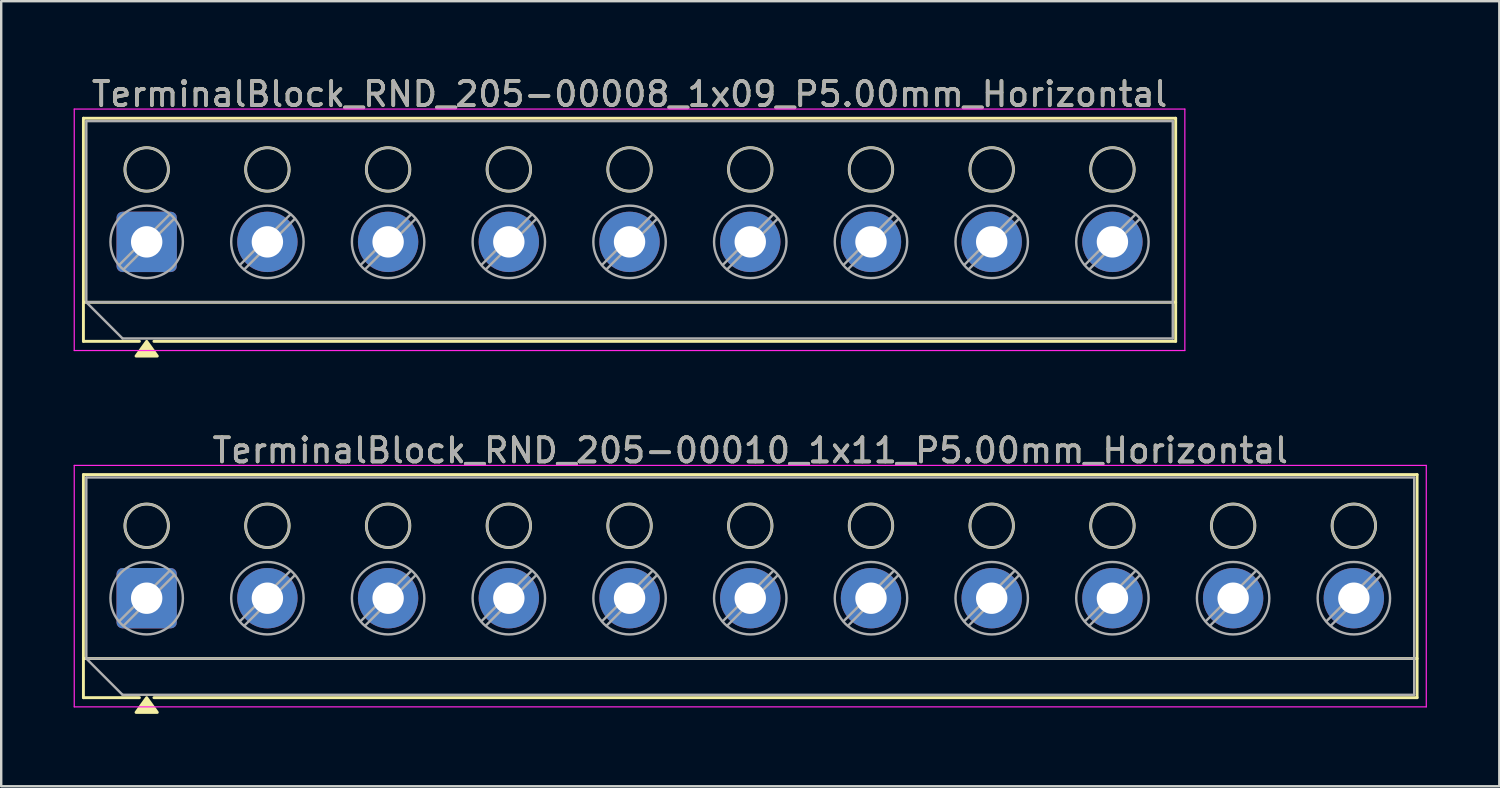
<source format=kicad_pcb>
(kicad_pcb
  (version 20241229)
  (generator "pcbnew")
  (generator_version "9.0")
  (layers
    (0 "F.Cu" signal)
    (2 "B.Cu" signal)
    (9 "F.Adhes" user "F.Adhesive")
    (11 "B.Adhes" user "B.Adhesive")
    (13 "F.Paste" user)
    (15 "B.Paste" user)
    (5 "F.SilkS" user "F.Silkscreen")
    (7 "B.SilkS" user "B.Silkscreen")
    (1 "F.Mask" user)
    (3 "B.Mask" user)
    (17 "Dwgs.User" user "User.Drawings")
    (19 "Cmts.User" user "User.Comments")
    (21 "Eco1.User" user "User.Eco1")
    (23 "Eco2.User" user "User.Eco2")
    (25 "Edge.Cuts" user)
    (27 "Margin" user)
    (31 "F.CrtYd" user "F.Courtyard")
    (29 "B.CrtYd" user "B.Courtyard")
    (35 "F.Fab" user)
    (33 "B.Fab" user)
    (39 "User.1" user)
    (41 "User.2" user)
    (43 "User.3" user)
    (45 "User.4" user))
  (footprint "TerminalBlock_RND_205-00010_1x11_P5.00mm_Horizontal"
    (layer "F.Cu")
    (at 3.025 21.727)
    (property "Reference" "TerminalBlock_RND_205-00010_1x11_P5.00mm_Horizontal" (at 25 -6.12 0) (layer "F.SilkS") (effects (font (size 1 1) (thickness 0.15))))
    (attr through_hole)
    (fp_line (start -2.62 -5.12) (end -2.62 4.12) (stroke (width 0.12) (type solid)) (layer "F.SilkS"))
    (fp_line (start -2.62 -5.12) (end 52.62 -5.12) (stroke (width 0.12) (type solid)) (layer "F.SilkS"))
    (fp_line (start -2.62 2.5) (end 52.62 2.5) (stroke (width 0.12) (type solid)) (layer "F.SilkS"))
    (fp_line (start -2.62 4.12) (end -0.3 4.12) (stroke (width 0.12) (type solid)) (layer "F.SilkS"))
    (fp_line (start 0.3 4.12) (end 52.62 4.12) (stroke (width 0.12) (type solid)) (layer "F.SilkS"))
    (fp_line (start 52.62 -5.12) (end 52.62 4.12) (stroke (width 0.12) (type solid)) (layer "F.SilkS"))
    (fp_circle (center 0 -3) (end 0.9 -3) (stroke (width 0.12) (type solid)) (fill no) (layer "F.SilkS"))
    (fp_circle (center 5 -3) (end 5.9 -3) (stroke (width 0.12) (type solid)) (fill no) (layer "F.SilkS"))
    (fp_circle (center 10 -3) (end 10.9 -3) (stroke (width 0.12) (type solid)) (fill no) (layer "F.SilkS"))
    (fp_circle (center 15 -3) (end 15.9 -3) (stroke (width 0.12) (type solid)) (fill no) (layer "F.SilkS"))
    (fp_circle (center 20 -3) (end 20.9 -3) (stroke (width 0.12) (type solid)) (fill no) (layer "F.SilkS"))
    (fp_circle (center 25 -3) (end 25.9 -3) (stroke (width 0.12) (type solid)) (fill no) (layer "F.SilkS"))
    (fp_circle (center 30 -3) (end 30.9 -3) (stroke (width 0.12) (type solid)) (fill no) (layer "F.SilkS"))
    (fp_circle (center 35 -3) (end 35.9 -3) (stroke (width 0.12) (type solid)) (fill no) (layer "F.SilkS"))
    (fp_circle (center 40 -3) (end 40.9 -3) (stroke (width 0.12) (type solid)) (fill no) (layer "F.SilkS"))
    (fp_circle (center 45 -3) (end 45.9 -3) (stroke (width 0.12) (type solid)) (fill no) (layer "F.SilkS"))
    (fp_circle (center 50 -3) (end 50.9 -3) (stroke (width 0.12) (type solid)) (fill no) (layer "F.SilkS"))
    (fp_poly (pts (xy 0 4.12) (xy 0.44 4.73) (xy -0.44 4.73)) (stroke (width 0.12) (type solid)) (fill yes) (layer "F.SilkS"))
    (fp_line (start -3 -5.5) (end -3 4.5) (stroke (width 0.05) (type solid)) (layer "F.CrtYd"))
    (fp_line (start -3 4.5) (end 53 4.5) (stroke (width 0.05) (type solid)) (layer "F.CrtYd"))
    (fp_line (start 53 -5.5) (end -3 -5.5) (stroke (width 0.05) (type solid)) (layer "F.CrtYd"))
    (fp_line (start 53 4.5) (end 53 -5.5) (stroke (width 0.05) (type solid)) (layer "F.CrtYd"))
    (fp_line (start -2.5 -5) (end 52.5 -5) (stroke (width 0.1) (type solid)) (layer "F.Fab"))
    (fp_line (start -2.5 2.5) (end -2.5 -5) (stroke (width 0.1) (type solid)) (layer "F.Fab"))
    (fp_line (start -2.5 2.5) (end 52.5 2.5) (stroke (width 0.1) (type solid)) (layer "F.Fab"))
    (fp_line (start -1 4) (end -2.5 2.5) (stroke (width 0.1) (type solid)) (layer "F.Fab"))
    (fp_line (start 0.955 -1.138) (end -1.138 0.955) (stroke (width 0.1) (type solid)) (layer "F.Fab"))
    (fp_line (start 1.138 -0.955) (end -0.955 1.138) (stroke (width 0.1) (type solid)) (layer "F.Fab"))
    (fp_line (start 5.955 -1.138) (end 3.862 0.955) (stroke (width 0.1) (type solid)) (layer "F.Fab"))
    (fp_line (start 6.138 -0.955) (end 4.045 1.138) (stroke (width 0.1) (type solid)) (layer "F.Fab"))
    (fp_line (start 10.955 -1.138) (end 8.862 0.955) (stroke (width 0.1) (type solid)) (layer "F.Fab"))
    (fp_line (start 11.138 -0.955) (end 9.045 1.138) (stroke (width 0.1) (type solid)) (layer "F.Fab"))
    (fp_line (start 15.955 -1.138) (end 13.862 0.955) (stroke (width 0.1) (type solid)) (layer "F.Fab"))
    (fp_line (start 16.138 -0.955) (end 14.045 1.138) (stroke (width 0.1) (type solid)) (layer "F.Fab"))
    (fp_line (start 20.955 -1.138) (end 18.862 0.955) (stroke (width 0.1) (type solid)) (layer "F.Fab"))
    (fp_line (start 21.138 -0.955) (end 19.045 1.138) (stroke (width 0.1) (type solid)) (layer "F.Fab"))
    (fp_line (start 25.955 -1.138) (end 23.862 0.955) (stroke (width 0.1) (type solid)) (layer "F.Fab"))
    (fp_line (start 26.138 -0.955) (end 24.045 1.138) (stroke (width 0.1) (type solid)) (layer "F.Fab"))
    (fp_line (start 30.955 -1.138) (end 28.862 0.955) (stroke (width 0.1) (type solid)) (layer "F.Fab"))
    (fp_line (start 31.138 -0.955) (end 29.045 1.138) (stroke (width 0.1) (type solid)) (layer "F.Fab"))
    (fp_line (start 35.955 -1.138) (end 33.862 0.955) (stroke (width 0.1) (type solid)) (layer "F.Fab"))
    (fp_line (start 36.138 -0.955) (end 34.045 1.138) (stroke (width 0.1) (type solid)) (layer "F.Fab"))
    (fp_line (start 40.955 -1.138) (end 38.862 0.955) (stroke (width 0.1) (type solid)) (layer "F.Fab"))
    (fp_line (start 41.138 -0.955) (end 39.045 1.138) (stroke (width 0.1) (type solid)) (layer "F.Fab"))
    (fp_line (start 45.955 -1.138) (end 43.862 0.955) (stroke (width 0.1) (type solid)) (layer "F.Fab"))
    (fp_line (start 46.138 -0.955) (end 44.045 1.138) (stroke (width 0.1) (type solid)) (layer "F.Fab"))
    (fp_line (start 50.955 -1.138) (end 48.862 0.955) (stroke (width 0.1) (type solid)) (layer "F.Fab"))
    (fp_line (start 51.138 -0.955) (end 49.045 1.138) (stroke (width 0.1) (type solid)) (layer "F.Fab"))
    (fp_line (start 52.5 -5) (end 52.5 4) (stroke (width 0.1) (type solid)) (layer "F.Fab"))
    (fp_line (start 52.5 4) (end -1 4) (stroke (width 0.1) (type solid)) (layer "F.Fab"))
    (fp_circle (center 0 -3) (end 0.9 -3) (stroke (width 0.1) (type solid)) (fill no) (layer "F.Fab"))
    (fp_circle (center 0 0) (end 1.5 0) (stroke (width 0.1) (type solid)) (fill no) (layer "F.Fab"))
    (fp_circle (center 5 -3) (end 5.9 -3) (stroke (width 0.1) (type solid)) (fill no) (layer "F.Fab"))
    (fp_circle (center 5 0) (end 6.5 0) (stroke (width 0.1) (type solid)) (fill no) (layer "F.Fab"))
    (fp_circle (center 10 -3) (end 10.9 -3) (stroke (width 0.1) (type solid)) (fill no) (layer "F.Fab"))
    (fp_circle (center 10 0) (end 11.5 0) (stroke (width 0.1) (type solid)) (fill no) (layer "F.Fab"))
    (fp_circle (center 15 -3) (end 15.9 -3) (stroke (width 0.1) (type solid)) (fill no) (layer "F.Fab"))
    (fp_circle (center 15 0) (end 16.5 0) (stroke (width 0.1) (type solid)) (fill no) (layer "F.Fab"))
    (fp_circle (center 20 -3) (end 20.9 -3) (stroke (width 0.1) (type solid)) (fill no) (layer "F.Fab"))
    (fp_circle (center 20 0) (end 21.5 0) (stroke (width 0.1) (type solid)) (fill no) (layer "F.Fab"))
    (fp_circle (center 25 -3) (end 25.9 -3) (stroke (width 0.1) (type solid)) (fill no) (layer "F.Fab"))
    (fp_circle (center 25 0) (end 26.5 0) (stroke (width 0.1) (type solid)) (fill no) (layer "F.Fab"))
    (fp_circle (center 30 -3) (end 30.9 -3) (stroke (width 0.1) (type solid)) (fill no) (layer "F.Fab"))
    (fp_circle (center 30 0) (end 31.5 0) (stroke (width 0.1) (type solid)) (fill no) (layer "F.Fab"))
    (fp_circle (center 35 -3) (end 35.9 -3) (stroke (width 0.1) (type solid)) (fill no) (layer "F.Fab"))
    (fp_circle (center 35 0) (end 36.5 0) (stroke (width 0.1) (type solid)) (fill no) (layer "F.Fab"))
    (fp_circle (center 40 -3) (end 40.9 -3) (stroke (width 0.1) (type solid)) (fill no) (layer "F.Fab"))
    (fp_circle (center 40 0) (end 41.5 0) (stroke (width 0.1) (type solid)) (fill no) (layer "F.Fab"))
    (fp_circle (center 45 -3) (end 45.9 -3) (stroke (width 0.1) (type solid)) (fill no) (layer "F.Fab"))
    (fp_circle (center 45 0) (end 46.5 0) (stroke (width 0.1) (type solid)) (fill no) (layer "F.Fab"))
    (fp_circle (center 50 -3) (end 50.9 -3) (stroke (width 0.1) (type solid)) (fill no) (layer "F.Fab"))
    (fp_circle (center 50 0) (end 51.5 0) (stroke (width 0.1) (type solid)) (fill no) (layer "F.Fab"))
    (fp_text user "${REFERENCE}" (at 25 -6.12 0) (layer "F.Fab") (effects (font (size 1 1) (thickness 0.15))))
    (pad "1" thru_hole roundrect (at 0 0) (size 2.5 2.5) (drill 1.3) (layers "*.Cu" "*.Mask") (roundrect_rratio 0.1))
    (pad "2" thru_hole circle (at 5 0) (size 2.5 2.5) (drill 1.3) (layers "*.Cu" "*.Mask"))
    (pad "3" thru_hole circle (at 10 0) (size 2.5 2.5) (drill 1.3) (layers "*.Cu" "*.Mask"))
    (pad "4" thru_hole circle (at 15 0) (size 2.5 2.5) (drill 1.3) (layers "*.Cu" "*.Mask"))
    (pad "5" thru_hole circle (at 20 0) (size 2.5 2.5) (drill 1.3) (layers "*.Cu" "*.Mask"))
    (pad "6" thru_hole circle (at 25 0) (size 2.5 2.5) (drill 1.3) (layers "*.Cu" "*.Mask"))
    (pad "7" thru_hole circle (at 30 0) (size 2.5 2.5) (drill 1.3) (layers "*.Cu" "*.Mask"))
    (pad "8" thru_hole circle (at 35 0) (size 2.5 2.5) (drill 1.3) (layers "*.Cu" "*.Mask"))
    (pad "9" thru_hole circle (at 40 0) (size 2.5 2.5) (drill 1.3) (layers "*.Cu" "*.Mask"))
    (pad "10" thru_hole circle (at 45 0) (size 2.5 2.5) (drill 1.3) (layers "*.Cu" "*.Mask"))
    (pad "11" thru_hole circle (at 50 0) (size 2.5 2.5) (drill 1.3) (layers "*.Cu" "*.Mask")))
  (footprint "TerminalBlock_RND_205-00008_1x09_P5.00mm_Horizontal"
    (layer "F.Cu")
    (at 3.025 6.968)
    (property "Reference" "TerminalBlock_RND_205-00008_1x09_P5.00mm_Horizontal" (at 20 -6.12 0) (layer "F.SilkS") (effects (font (size 1 1) (thickness 0.15))))
    (attr through_hole)
    (fp_line (start -2.62 -5.12) (end -2.62 4.12) (stroke (width 0.12) (type solid)) (layer "F.SilkS"))
    (fp_line (start -2.62 -5.12) (end 42.62 -5.12) (stroke (width 0.12) (type solid)) (layer "F.SilkS"))
    (fp_line (start -2.62 2.5) (end 42.62 2.5) (stroke (width 0.12) (type solid)) (layer "F.SilkS"))
    (fp_line (start -2.62 4.12) (end -0.3 4.12) (stroke (width 0.12) (type solid)) (layer "F.SilkS"))
    (fp_line (start 0.3 4.12) (end 42.62 4.12) (stroke (width 0.12) (type solid)) (layer "F.SilkS"))
    (fp_line (start 42.62 -5.12) (end 42.62 4.12) (stroke (width 0.12) (type solid)) (layer "F.SilkS"))
    (fp_circle (center 0 -3) (end 0.9 -3) (stroke (width 0.12) (type solid)) (fill no) (layer "F.SilkS"))
    (fp_circle (center 5 -3) (end 5.9 -3) (stroke (width 0.12) (type solid)) (fill no) (layer "F.SilkS"))
    (fp_circle (center 10 -3) (end 10.9 -3) (stroke (width 0.12) (type solid)) (fill no) (layer "F.SilkS"))
    (fp_circle (center 15 -3) (end 15.9 -3) (stroke (width 0.12) (type solid)) (fill no) (layer "F.SilkS"))
    (fp_circle (center 20 -3) (end 20.9 -3) (stroke (width 0.12) (type solid)) (fill no) (layer "F.SilkS"))
    (fp_circle (center 25 -3) (end 25.9 -3) (stroke (width 0.12) (type solid)) (fill no) (layer "F.SilkS"))
    (fp_circle (center 30 -3) (end 30.9 -3) (stroke (width 0.12) (type solid)) (fill no) (layer "F.SilkS"))
    (fp_circle (center 35 -3) (end 35.9 -3) (stroke (width 0.12) (type solid)) (fill no) (layer "F.SilkS"))
    (fp_circle (center 40 -3) (end 40.9 -3) (stroke (width 0.12) (type solid)) (fill no) (layer "F.SilkS"))
    (fp_poly (pts (xy 0 4.12) (xy 0.44 4.73) (xy -0.44 4.73)) (stroke (width 0.12) (type solid)) (fill yes) (layer "F.SilkS"))
    (fp_line (start -3 -5.5) (end -3 4.5) (stroke (width 0.05) (type solid)) (layer "F.CrtYd"))
    (fp_line (start -3 4.5) (end 43 4.5) (stroke (width 0.05) (type solid)) (layer "F.CrtYd"))
    (fp_line (start 43 -5.5) (end -3 -5.5) (stroke (width 0.05) (type solid)) (layer "F.CrtYd"))
    (fp_line (start 43 4.5) (end 43 -5.5) (stroke (width 0.05) (type solid)) (layer "F.CrtYd"))
    (fp_line (start -2.5 -5) (end 42.5 -5) (stroke (width 0.1) (type solid)) (layer "F.Fab"))
    (fp_line (start -2.5 2.5) (end -2.5 -5) (stroke (width 0.1) (type solid)) (layer "F.Fab"))
    (fp_line (start -2.5 2.5) (end 42.5 2.5) (stroke (width 0.1) (type solid)) (layer "F.Fab"))
    (fp_line (start -1 4) (end -2.5 2.5) (stroke (width 0.1) (type solid)) (layer "F.Fab"))
    (fp_line (start 0.955 -1.138) (end -1.138 0.955) (stroke (width 0.1) (type solid)) (layer "F.Fab"))
    (fp_line (start 1.138 -0.955) (end -0.955 1.138) (stroke (width 0.1) (type solid)) (layer "F.Fab"))
    (fp_line (start 5.955 -1.138) (end 3.862 0.955) (stroke (width 0.1) (type solid)) (layer "F.Fab"))
    (fp_line (start 6.138 -0.955) (end 4.045 1.138) (stroke (width 0.1) (type solid)) (layer "F.Fab"))
    (fp_line (start 10.955 -1.138) (end 8.862 0.955) (stroke (width 0.1) (type solid)) (layer "F.Fab"))
    (fp_line (start 11.138 -0.955) (end 9.045 1.138) (stroke (width 0.1) (type solid)) (layer "F.Fab"))
    (fp_line (start 15.955 -1.138) (end 13.862 0.955) (stroke (width 0.1) (type solid)) (layer "F.Fab"))
    (fp_line (start 16.138 -0.955) (end 14.045 1.138) (stroke (width 0.1) (type solid)) (layer "F.Fab"))
    (fp_line (start 20.955 -1.138) (end 18.862 0.955) (stroke (width 0.1) (type solid)) (layer "F.Fab"))
    (fp_line (start 21.138 -0.955) (end 19.045 1.138) (stroke (width 0.1) (type solid)) (layer "F.Fab"))
    (fp_line (start 25.955 -1.138) (end 23.862 0.955) (stroke (width 0.1) (type solid)) (layer "F.Fab"))
    (fp_line (start 26.138 -0.955) (end 24.045 1.138) (stroke (width 0.1) (type solid)) (layer "F.Fab"))
    (fp_line (start 30.955 -1.138) (end 28.862 0.955) (stroke (width 0.1) (type solid)) (layer "F.Fab"))
    (fp_line (start 31.138 -0.955) (end 29.045 1.138) (stroke (width 0.1) (type solid)) (layer "F.Fab"))
    (fp_line (start 35.955 -1.138) (end 33.862 0.955) (stroke (width 0.1) (type solid)) (layer "F.Fab"))
    (fp_line (start 36.138 -0.955) (end 34.045 1.138) (stroke (width 0.1) (type solid)) (layer "F.Fab"))
    (fp_line (start 40.955 -1.138) (end 38.862 0.955) (stroke (width 0.1) (type solid)) (layer "F.Fab"))
    (fp_line (start 41.138 -0.955) (end 39.045 1.138) (stroke (width 0.1) (type solid)) (layer "F.Fab"))
    (fp_line (start 42.5 -5) (end 42.5 4) (stroke (width 0.1) (type solid)) (layer "F.Fab"))
    (fp_line (start 42.5 4) (end -1 4) (stroke (width 0.1) (type solid)) (layer "F.Fab"))
    (fp_circle (center 0 -3) (end 0.9 -3) (stroke (width 0.1) (type solid)) (fill no) (layer "F.Fab"))
    (fp_circle (center 0 0) (end 1.5 0) (stroke (width 0.1) (type solid)) (fill no) (layer "F.Fab"))
    (fp_circle (center 5 -3) (end 5.9 -3) (stroke (width 0.1) (type solid)) (fill no) (layer "F.Fab"))
    (fp_circle (center 5 0) (end 6.5 0) (stroke (width 0.1) (type solid)) (fill no) (layer "F.Fab"))
    (fp_circle (center 10 -3) (end 10.9 -3) (stroke (width 0.1) (type solid)) (fill no) (layer "F.Fab"))
    (fp_circle (center 10 0) (end 11.5 0) (stroke (width 0.1) (type solid)) (fill no) (layer "F.Fab"))
    (fp_circle (center 15 -3) (end 15.9 -3) (stroke (width 0.1) (type solid)) (fill no) (layer "F.Fab"))
    (fp_circle (center 15 0) (end 16.5 0) (stroke (width 0.1) (type solid)) (fill no) (layer "F.Fab"))
    (fp_circle (center 20 -3) (end 20.9 -3) (stroke (width 0.1) (type solid)) (fill no) (layer "F.Fab"))
    (fp_circle (center 20 0) (end 21.5 0) (stroke (width 0.1) (type solid)) (fill no) (layer "F.Fab"))
    (fp_circle (center 25 -3) (end 25.9 -3) (stroke (width 0.1) (type solid)) (fill no) (layer "F.Fab"))
    (fp_circle (center 25 0) (end 26.5 0) (stroke (width 0.1) (type solid)) (fill no) (layer "F.Fab"))
    (fp_circle (center 30 -3) (end 30.9 -3) (stroke (width 0.1) (type solid)) (fill no) (layer "F.Fab"))
    (fp_circle (center 30 0) (end 31.5 0) (stroke (width 0.1) (type solid)) (fill no) (layer "F.Fab"))
    (fp_circle (center 35 -3) (end 35.9 -3) (stroke (width 0.1) (type solid)) (fill no) (layer "F.Fab"))
    (fp_circle (center 35 0) (end 36.5 0) (stroke (width 0.1) (type solid)) (fill no) (layer "F.Fab"))
    (fp_circle (center 40 -3) (end 40.9 -3) (stroke (width 0.1) (type solid)) (fill no) (layer "F.Fab"))
    (fp_circle (center 40 0) (end 41.5 0) (stroke (width 0.1) (type solid)) (fill no) (layer "F.Fab"))
    (fp_text user "${REFERENCE}" (at 20 -6.12 0) (layer "F.Fab") (effects (font (size 1 1) (thickness 0.15))))
    (pad "1" thru_hole roundrect (at 0 0) (size 2.5 2.5) (drill 1.3) (layers "*.Cu" "*.Mask") (roundrect_rratio 0.1))
    (pad "2" thru_hole circle (at 5 0) (size 2.5 2.5) (drill 1.3) (layers "*.Cu" "*.Mask"))
    (pad "3" thru_hole circle (at 10 0) (size 2.5 2.5) (drill 1.3) (layers "*.Cu" "*.Mask"))
    (pad "4" thru_hole circle (at 15 0) (size 2.5 2.5) (drill 1.3) (layers "*.Cu" "*.Mask"))
    (pad "5" thru_hole circle (at 20 0) (size 2.5 2.5) (drill 1.3) (layers "*.Cu" "*.Mask"))
    (pad "6" thru_hole circle (at 25 0) (size 2.5 2.5) (drill 1.3) (layers "*.Cu" "*.Mask"))
    (pad "7" thru_hole circle (at 30 0) (size 2.5 2.5) (drill 1.3) (layers "*.Cu" "*.Mask"))
    (pad "8" thru_hole circle (at 35 0) (size 2.5 2.5) (drill 1.3) (layers "*.Cu" "*.Mask"))
    (pad "9" thru_hole circle (at 40 0) (size 2.5 2.5) (drill 1.3) (layers "*.Cu" "*.Mask")))
  (gr_rect
    (start -3 -3)
    (end 59.05 29.517)
    (stroke (width 0.1) (type default))
    (fill no)
    (layer "Edge.Cuts")))
</source>
